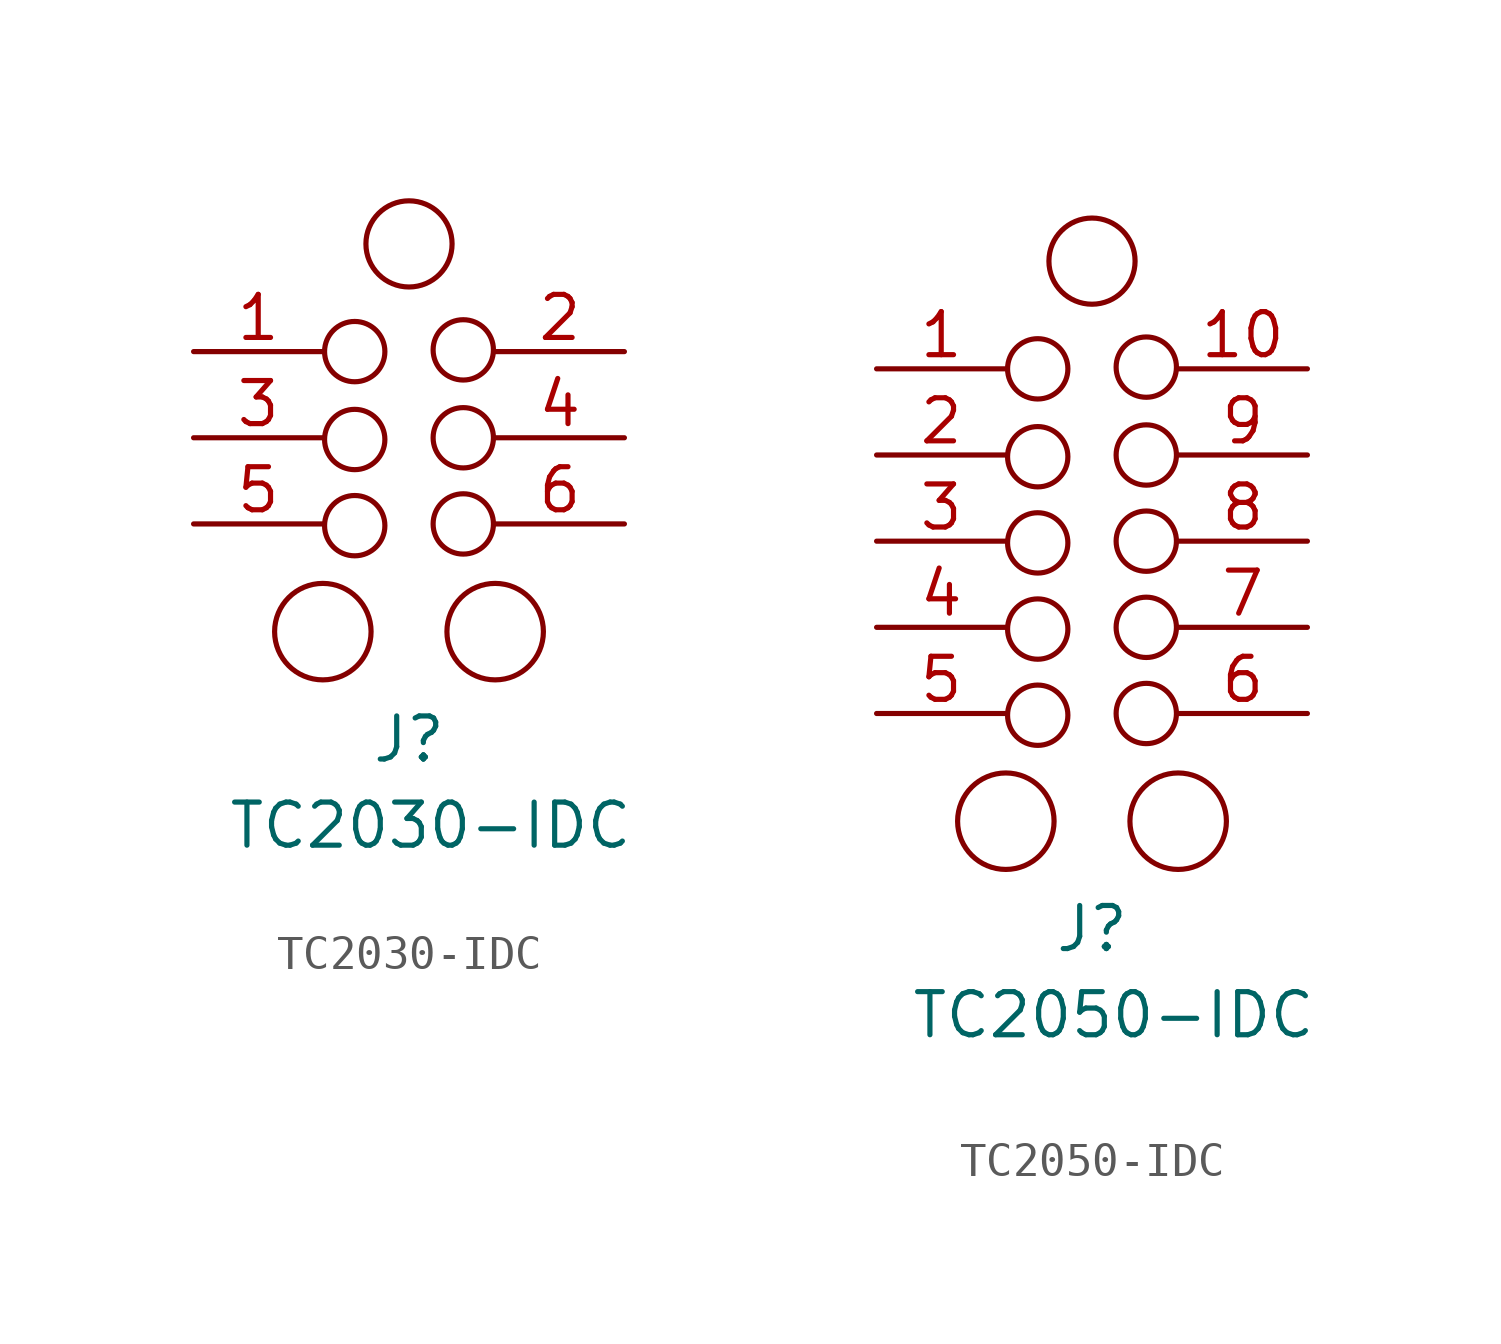
<source format=kicad_sym>
(kicad_symbol_lib
  (version 20231120)
  (generator "kicad_symbol_editor")
  (generator_version "8.0")
  (symbol "TC2030-IDC"
    (pin_names
      (offset 1.016) hide)
    (property "Reference" "J"
      (at 0 -8.89 0)
      (effects (font (size 1.27 1.27))))
    (property "Value" "TC2030-IDC"
      (at 0.635 -11.43 0)
      (effects (font (size 1.27 1.27))))
    (symbol "TC2030-IDC_0_1"
      (circle (center -2.54 -5.715) (radius 1.422) (stroke (width 0) (type default)) (fill (type none)))
      (circle (center -1.6 2.54) (radius 0.889) (stroke (width 0) (type default)) (fill (type none)))
      (circle (center 0 5.715) (radius 1.27) (stroke (width 0) (type default)) (fill (type none))))
    (symbol "TC2030-IDC_1_1"
      (circle (center -1.6 -2.591) (radius 0.889) (stroke (width 0) (type default)) (fill (type none)))
      (circle (center -1.6 -0.051) (radius 0.889) (stroke (width 0) (type default)) (fill (type none)))
      (circle (center 1.6 -2.54) (radius 0.889) (stroke (width 0) (type default)) (fill (type none)))
      (circle (center 1.6 0) (radius 0.889) (stroke (width 0) (type default)) (fill (type none)))
      (circle (center 1.6 2.591) (radius 0.889) (stroke (width 0) (type default)) (fill (type none)))
      (circle (center 2.54 -5.715) (radius 1.422) (stroke (width 0) (type default)) (fill (type none)))
      (pin passive line (at -6.35 2.54 0) (length 3.81) (name "Pin_1" (effects (font (size 1.27 1.27)))) (number "1" (effects (font (size 1.27 1.27)))))
      (pin passive line (at 6.35 2.54 180) (length 3.81) (name "Pin_2" (effects (font (size 1.27 1.27)))) (number "2" (effects (font (size 1.27 1.27)))))
      (pin passive line (at -6.35 0 0) (length 3.81) (name "Pin_3" (effects (font (size 1.27 1.27)))) (number "3" (effects (font (size 1.27 1.27)))))
      (pin passive line (at 6.35 0 180) (length 3.81) (name "Pin_4" (effects (font (size 1.27 1.27)))) (number "4" (effects (font (size 1.27 1.27)))))
      (pin passive line (at -6.35 -2.54 0) (length 3.81) (name "Pin_5" (effects (font (size 1.27 1.27)))) (number "5" (effects (font (size 1.27 1.27)))))
      (pin passive line (at 6.35 -2.54 180) (length 3.81) (name "Pin_6" (effects (font (size 1.27 1.27)))) (number "6" (effects (font (size 1.27 1.27)))))))
  (symbol "TC2050-IDC"
    (pin_names
      (offset 1.016) hide)
    (property "Reference" "J"
      (at 0 -11.43 0)
      (effects (font (size 1.27 1.27))))
    (property "Value" "TC2050-IDC"
      (at 0.635 -13.97 0)
      (effects (font (size 1.27 1.27))))
    (symbol "TC2050-IDC_0_1"
      (circle (center -2.54 -8.255) (radius 1.422) (stroke (width 0) (type default)) (fill (type none)))
      (circle (center -1.6 5.08) (radius 0.889) (stroke (width 0) (type default)) (fill (type none)))
      (circle (center 0 8.255) (radius 1.27) (stroke (width 0) (type default)) (fill (type none))))
    (symbol "TC2050-IDC_1_1"
      (circle (center -1.6 -5.131) (radius 0.889) (stroke (width 0) (type default)) (fill (type none)))
      (circle (center -1.6 -2.591) (radius 0.889) (stroke (width 0) (type default)) (fill (type none)))
      (circle (center -1.6 -0.051) (radius 0.889) (stroke (width 0) (type default)) (fill (type none)))
      (circle (center -1.6 2.489) (radius 0.889) (stroke (width 0) (type default)) (fill (type none)))
      (circle (center 1.6 -5.08) (radius 0.889) (stroke (width 0) (type default)) (fill (type none)))
      (circle (center 1.6 -2.54) (radius 0.889) (stroke (width 0) (type default)) (fill (type none)))
      (circle (center 1.6 0) (radius 0.889) (stroke (width 0) (type default)) (fill (type none)))
      (circle (center 1.6 2.54) (radius 0.889) (stroke (width 0) (type default)) (fill (type none)))
      (circle (center 1.6 5.131) (radius 0.889) (stroke (width 0) (type default)) (fill (type none)))
      (circle (center 2.54 -8.255) (radius 1.422) (stroke (width 0) (type default)) (fill (type none)))
      (pin passive line (at -6.35 5.08 0) (length 3.81) (name "Pin_1" (effects (font (size 1.27 1.27)))) (number "1" (effects (font (size 1.27 1.27)))))
      (pin passive line (at 6.35 5.08 180) (length 3.81) (name "Pin_10" (effects (font (size 1.27 1.27)))) (number "10" (effects (font (size 1.27 1.27)))))
      (pin passive line (at -6.35 2.54 0) (length 3.81) (name "Pin_2" (effects (font (size 1.27 1.27)))) (number "2" (effects (font (size 1.27 1.27)))))
      (pin passive line (at -6.35 0 0) (length 3.81) (name "Pin_3" (effects (font (size 1.27 1.27)))) (number "3" (effects (font (size 1.27 1.27)))))
      (pin passive line (at -6.35 -2.54 0) (length 3.81) (name "Pin_4" (effects (font (size 1.27 1.27)))) (number "4" (effects (font (size 1.27 1.27)))))
      (pin passive line (at -6.35 -5.08 0) (length 3.81) (name "Pin_5" (effects (font (size 1.27 1.27)))) (number "5" (effects (font (size 1.27 1.27)))))
      (pin passive line (at 6.35 -5.08 180) (length 3.81) (name "Pin_6" (effects (font (size 1.27 1.27)))) (number "6" (effects (font (size 1.27 1.27)))))
      (pin passive line (at 6.35 -2.54 180) (length 3.81) (name "Pin_7" (effects (font (size 1.27 1.27)))) (number "7" (effects (font (size 1.27 1.27)))))
      (pin passive line (at 6.35 0 180) (length 3.81) (name "Pin_8" (effects (font (size 1.27 1.27)))) (number "8" (effects (font (size 1.27 1.27)))))
      (pin passive line (at 6.35 2.54 180) (length 3.81) (name "Pin_9" (effects (font (size 1.27 1.27)))) (number "9" (effects (font (size 1.27 1.27))))))))
</source>
